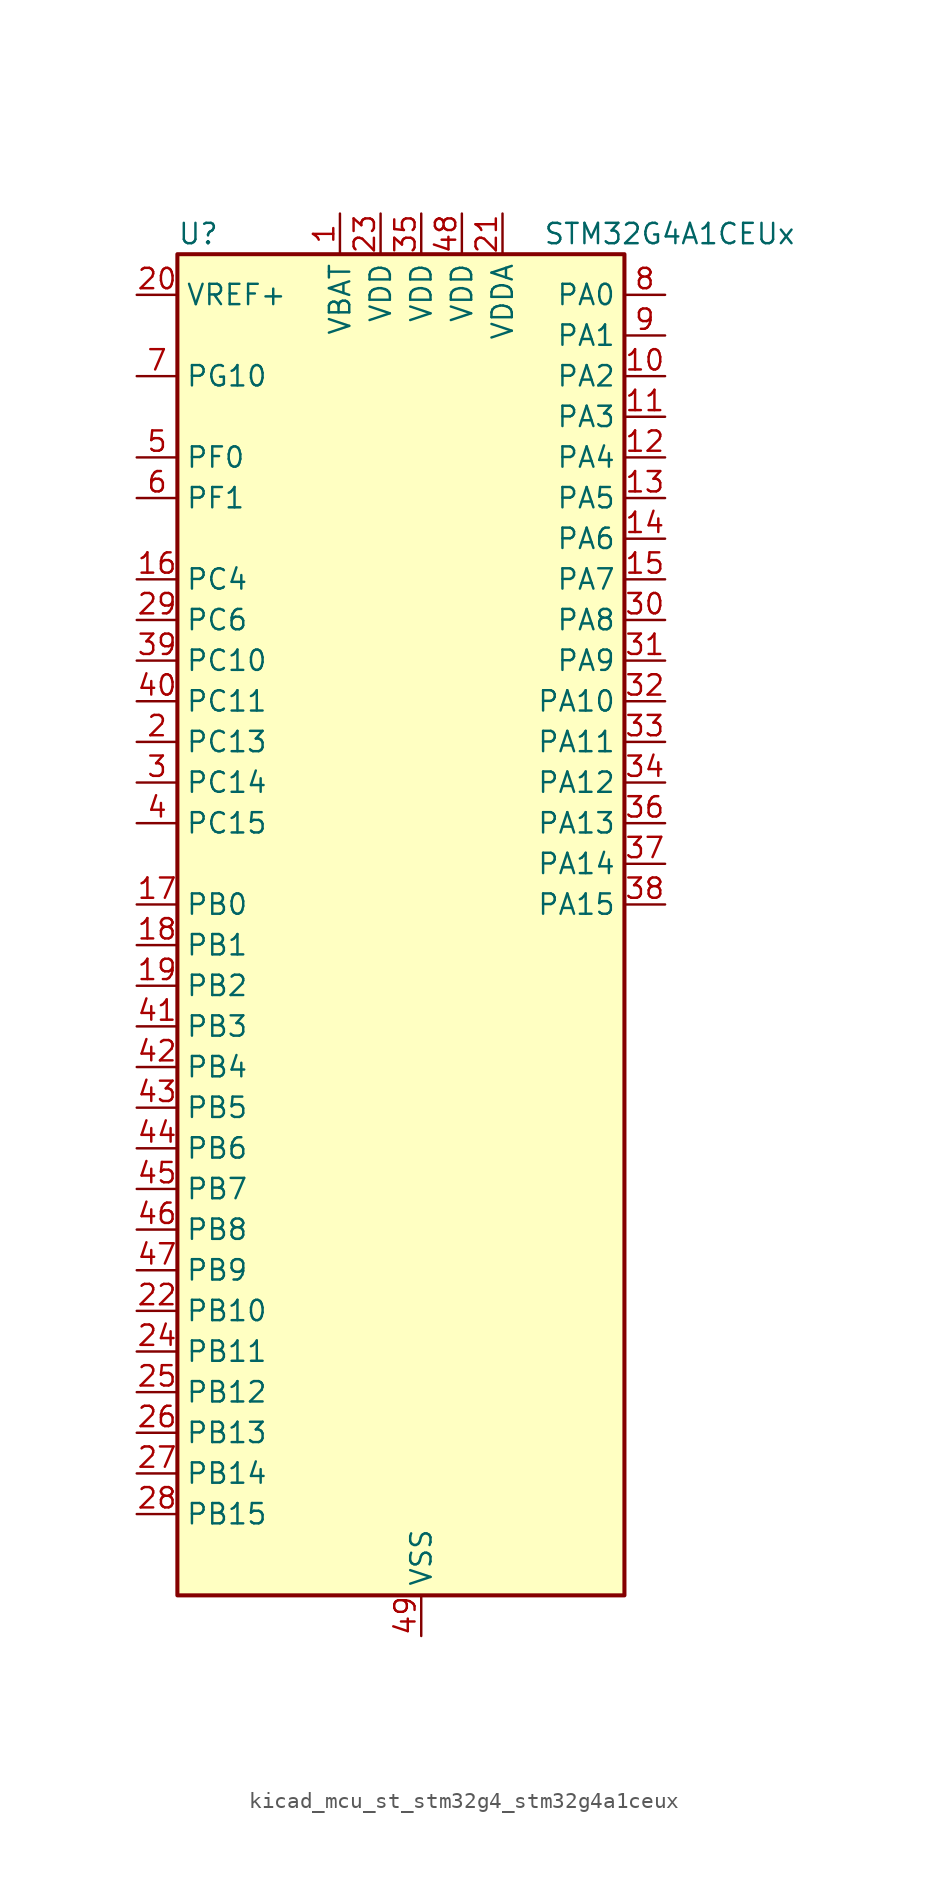
<source format=kicad_sym>
(kicad_symbol_lib
  (version 20220914)
  (generator kicad_symbol_editor)
  (symbol "kicad_mcu_st_stm32g4_stm32g4a1ceux"
    (property "Reference" "U"
      (at -12.7 44.45 0)
      (effects (font (size 1.27 1.27)) (justify left)))
    (property "Value" "STM32G4A1CEUx"
      (at 10.16 44.45 0)
      (effects (font (size 1.27 1.27)) (justify left)))
    (property "ki_locked" ""
      (at 0 0 0)
      (effects (font (size 1.27 1.27))))
    (symbol "kicad_mcu_st_stm32g4_stm32g4a1ceux_0_1"
      (rectangle (start -12.7 -40.64) (end 15.24 43.18) (stroke (width 0.254) (type default)) (fill (type background))))
    (symbol "kicad_mcu_st_stm32g4_stm32g4a1ceux_1_1"
      (pin power_in line (at -2.54 45.72 270) (length 2.54) (name "VBAT" (effects (font (size 1.27 1.27)))) (number "1" (effects (font (size 1.27 1.27)))))
      (pin bidirectional line (at 17.78 35.56 180) (length 2.54) (name "PA2" (effects (font (size 1.27 1.27)))) (number "10" (effects (font (size 1.27 1.27)))) (alternate "ADC1_IN3" bidirectional line) (alternate "ADC3_EXTI2" bidirectional line) (alternate "COMP2_INM" bidirectional line) (alternate "COMP2_OUT" bidirectional line) (alternate "LPUART1_TX" bidirectional line) (alternate "OPAMP1_VOUT" bidirectional line) (alternate "QUADSPI1_BK1_NCS" bidirectional line) (alternate "RCC_LSCO" bidirectional line) (alternate "SYS_WKUP4" bidirectional line) (alternate "TIM15_CH1" bidirectional line) (alternate "TIM2_CH3" bidirectional line) (alternate "UCPD1_FRSTX1" bidirectional line) (alternate "UCPD1_FRSTX2" bidirectional line) (alternate "USART2_TX" bidirectional line))
      (pin bidirectional line (at 17.78 33.02 180) (length 2.54) (name "PA3" (effects (font (size 1.27 1.27)))) (number "11" (effects (font (size 1.27 1.27)))) (alternate "ADC1_IN4" bidirectional line) (alternate "ADC3_EXTI3" bidirectional line) (alternate "COMP2_INP" bidirectional line) (alternate "LPUART1_RX" bidirectional line) (alternate "OPAMP1_VINM" bidirectional line) (alternate "OPAMP1_VINM0" bidirectional line) (alternate "OPAMP1_VINM_SEC" bidirectional line) (alternate "OPAMP1_VINP" bidirectional line) (alternate "OPAMP1_VINP_SEC" bidirectional line) (alternate "QUADSPI1_CLK" bidirectional line) (alternate "SAI1_CK1" bidirectional line) (alternate "SAI1_MCLK_A" bidirectional line) (alternate "TIM15_CH2" bidirectional line) (alternate "TIM2_CH4" bidirectional line) (alternate "USART2_RX" bidirectional line))
      (pin bidirectional line (at 17.78 30.48 180) (length 2.54) (name "PA4" (effects (font (size 1.27 1.27)))) (number "12" (effects (font (size 1.27 1.27)))) (alternate "ADC2_IN17" bidirectional line) (alternate "COMP1_INM" bidirectional line) (alternate "DAC1_OUT1" bidirectional line) (alternate "I2S3_WS" bidirectional line) (alternate "SAI1_FS_B" bidirectional line) (alternate "SPI1_NSS" bidirectional line) (alternate "SPI3_NSS" bidirectional line) (alternate "TIM3_CH2" bidirectional line) (alternate "USART2_CK" bidirectional line))
      (pin bidirectional line (at 17.78 27.94 180) (length 2.54) (name "PA5" (effects (font (size 1.27 1.27)))) (number "13" (effects (font (size 1.27 1.27)))) (alternate "ADC2_IN13" bidirectional line) (alternate "COMP2_INM" bidirectional line) (alternate "DAC1_OUT2" bidirectional line) (alternate "OPAMP2_VINM" bidirectional line) (alternate "OPAMP2_VINM0" bidirectional line) (alternate "OPAMP2_VINM_SEC" bidirectional line) (alternate "SPI1_SCK" bidirectional line) (alternate "TIM2_CH1" bidirectional line) (alternate "TIM2_ETR" bidirectional line) (alternate "UCPD1_FRSTX1" bidirectional line) (alternate "UCPD1_FRSTX2" bidirectional line))
      (pin bidirectional line (at 17.78 25.4 180) (length 2.54) (name "PA6" (effects (font (size 1.27 1.27)))) (number "14" (effects (font (size 1.27 1.27)))) (alternate "ADC2_IN3" bidirectional line) (alternate "COMP1_OUT" bidirectional line) (alternate "LPUART1_CTS" bidirectional line) (alternate "OPAMP2_VOUT" bidirectional line) (alternate "QUADSPI1_BK1_IO3" bidirectional line) (alternate "SPI1_MISO" bidirectional line) (alternate "TIM16_CH1" bidirectional line) (alternate "TIM1_BKIN" bidirectional line) (alternate "TIM3_CH1" bidirectional line) (alternate "TIM8_BKIN" bidirectional line))
      (pin bidirectional line (at 17.78 22.86 180) (length 2.54) (name "PA7" (effects (font (size 1.27 1.27)))) (number "15" (effects (font (size 1.27 1.27)))) (alternate "ADC2_IN4" bidirectional line) (alternate "COMP2_INP" bidirectional line) (alternate "COMP2_OUT" bidirectional line) (alternate "OPAMP1_VINP" bidirectional line) (alternate "OPAMP1_VINP_SEC" bidirectional line) (alternate "OPAMP2_VINP" bidirectional line) (alternate "OPAMP2_VINP_SEC" bidirectional line) (alternate "QUADSPI1_BK1_IO2" bidirectional line) (alternate "SPI1_MOSI" bidirectional line) (alternate "TIM17_CH1" bidirectional line) (alternate "TIM1_CH1N" bidirectional line) (alternate "TIM3_CH2" bidirectional line) (alternate "TIM8_CH1N" bidirectional line) (alternate "UCPD1_FRSTX1" bidirectional line) (alternate "UCPD1_FRSTX2" bidirectional line))
      (pin bidirectional line (at -15.24 22.86 0) (length 2.54) (name "PC4" (effects (font (size 1.27 1.27)))) (number "16" (effects (font (size 1.27 1.27)))) (alternate "ADC2_IN5" bidirectional line) (alternate "I2C2_SCL" bidirectional line) (alternate "QUADSPI1_BK2_IO3" bidirectional line) (alternate "TIM1_ETR" bidirectional line) (alternate "USART1_TX" bidirectional line))
      (pin bidirectional line (at -15.24 2.54 0) (length 2.54) (name "PB0" (effects (font (size 1.27 1.27)))) (number "17" (effects (font (size 1.27 1.27)))) (alternate "ADC1_IN15" bidirectional line) (alternate "ADC3_IN12" bidirectional line) (alternate "COMP4_INP" bidirectional line) (alternate "OPAMP2_VINP" bidirectional line) (alternate "OPAMP2_VINP_SEC" bidirectional line) (alternate "OPAMP3_VINP" bidirectional line) (alternate "OPAMP3_VINP_SEC" bidirectional line) (alternate "QUADSPI1_BK1_IO1" bidirectional line) (alternate "TIM1_CH2N" bidirectional line) (alternate "TIM3_CH3" bidirectional line) (alternate "TIM8_CH2N" bidirectional line) (alternate "UCPD1_FRSTX1" bidirectional line) (alternate "UCPD1_FRSTX2" bidirectional line))
      (pin bidirectional line (at -15.24 0 0) (length 2.54) (name "PB1" (effects (font (size 1.27 1.27)))) (number "18" (effects (font (size 1.27 1.27)))) (alternate "ADC1_IN12" bidirectional line) (alternate "ADC3_IN1" bidirectional line) (alternate "COMP1_INP" bidirectional line) (alternate "COMP4_OUT" bidirectional line) (alternate "LPUART1_DE" bidirectional line) (alternate "LPUART1_RTS" bidirectional line) (alternate "OPAMP3_VOUT" bidirectional line) (alternate "OPAMP6_VINM" bidirectional line) (alternate "OPAMP6_VINM1" bidirectional line) (alternate "OPAMP6_VINM_SEC" bidirectional line) (alternate "QUADSPI1_BK1_IO0" bidirectional line) (alternate "TIM1_CH3N" bidirectional line) (alternate "TIM3_CH4" bidirectional line) (alternate "TIM8_CH3N" bidirectional line))
      (pin bidirectional line (at -15.24 -2.54 0) (length 2.54) (name "PB2" (effects (font (size 1.27 1.27)))) (number "19" (effects (font (size 1.27 1.27)))) (alternate "ADC2_IN12" bidirectional line) (alternate "ADC3_EXTI2" bidirectional line) (alternate "COMP4_INM" bidirectional line) (alternate "I2C3_SMBA" bidirectional line) (alternate "LPTIM1_OUT" bidirectional line) (alternate "OPAMP3_VINM" bidirectional line) (alternate "OPAMP3_VINM0" bidirectional line) (alternate "OPAMP3_VINM_SEC" bidirectional line) (alternate "QUADSPI1_BK2_IO1" bidirectional line) (alternate "RTC_OUT2" bidirectional line) (alternate "TIM20_CH1" bidirectional line))
      (pin bidirectional line (at -15.24 12.7 0) (length 2.54) (name "PC13" (effects (font (size 1.27 1.27)))) (number "2" (effects (font (size 1.27 1.27)))) (alternate "RTC_OUT1" bidirectional line) (alternate "RTC_TAMP1" bidirectional line) (alternate "RTC_TS" bidirectional line) (alternate "SYS_WKUP2" bidirectional line) (alternate "TIM1_BKIN" bidirectional line) (alternate "TIM1_CH1N" bidirectional line) (alternate "TIM8_CH4N" bidirectional line))
      (pin input line (at -15.24 40.64 0) (length 2.54) (name "VREF+" (effects (font (size 1.27 1.27)))) (number "20" (effects (font (size 1.27 1.27)))) (alternate "VREFBUF_OUT" bidirectional line))
      (pin power_in line (at 7.62 45.72 270) (length 2.54) (name "VDDA" (effects (font (size 1.27 1.27)))) (number "21" (effects (font (size 1.27 1.27)))))
      (pin bidirectional line (at -15.24 -22.86 0) (length 2.54) (name "PB10" (effects (font (size 1.27 1.27)))) (number "22" (effects (font (size 1.27 1.27)))) (alternate "DAC1_EXTI10" bidirectional line) (alternate "DAC3_EXTI10" bidirectional line) (alternate "LPUART1_RX" bidirectional line) (alternate "OPAMP3_VINM" bidirectional line) (alternate "OPAMP3_VINM1" bidirectional line) (alternate "OPAMP3_VINM_SEC" bidirectional line) (alternate "QUADSPI1_CLK" bidirectional line) (alternate "SAI1_SCK_A" bidirectional line) (alternate "TIM1_BKIN" bidirectional line) (alternate "TIM2_CH3" bidirectional line) (alternate "USART3_TX" bidirectional line))
      (pin power_in line (at 0 45.72 270) (length 2.54) (name "VDD" (effects (font (size 1.27 1.27)))) (number "23" (effects (font (size 1.27 1.27)))))
      (pin bidirectional line (at -15.24 -25.4 0) (length 2.54) (name "PB11" (effects (font (size 1.27 1.27)))) (number "24" (effects (font (size 1.27 1.27)))) (alternate "ADC1_EXTI11" bidirectional line) (alternate "ADC1_IN14" bidirectional line) (alternate "ADC2_EXTI11" bidirectional line) (alternate "ADC2_IN14" bidirectional line) (alternate "LPUART1_TX" bidirectional line) (alternate "OPAMP6_VOUT" bidirectional line) (alternate "QUADSPI1_BK1_NCS" bidirectional line) (alternate "TIM2_CH4" bidirectional line) (alternate "USART3_RX" bidirectional line))
      (pin bidirectional line (at -15.24 -27.94 0) (length 2.54) (name "PB12" (effects (font (size 1.27 1.27)))) (number "25" (effects (font (size 1.27 1.27)))) (alternate "ADC1_IN11" bidirectional line) (alternate "FDCAN2_RX" bidirectional line) (alternate "I2C2_SMBA" bidirectional line) (alternate "I2S2_WS" bidirectional line) (alternate "LPUART1_DE" bidirectional line) (alternate "LPUART1_RTS" bidirectional line) (alternate "OPAMP6_VINP" bidirectional line) (alternate "OPAMP6_VINP_SEC" bidirectional line) (alternate "SPI2_NSS" bidirectional line) (alternate "TIM1_BKIN" bidirectional line) (alternate "USART3_CK" bidirectional line))
      (pin bidirectional line (at -15.24 -30.48 0) (length 2.54) (name "PB13" (effects (font (size 1.27 1.27)))) (number "26" (effects (font (size 1.27 1.27)))) (alternate "ADC3_IN5" bidirectional line) (alternate "FDCAN2_TX" bidirectional line) (alternate "I2S2_CK" bidirectional line) (alternate "LPUART1_CTS" bidirectional line) (alternate "OPAMP3_VINP" bidirectional line) (alternate "OPAMP3_VINP_SEC" bidirectional line) (alternate "OPAMP6_VINP" bidirectional line) (alternate "OPAMP6_VINP_SEC" bidirectional line) (alternate "SPI2_SCK" bidirectional line) (alternate "TIM1_CH1N" bidirectional line) (alternate "USART3_CTS" bidirectional line) (alternate "USART3_NSS" bidirectional line))
      (pin bidirectional line (at -15.24 -33.02 0) (length 2.54) (name "PB14" (effects (font (size 1.27 1.27)))) (number "27" (effects (font (size 1.27 1.27)))) (alternate "ADC1_IN5" bidirectional line) (alternate "COMP4_OUT" bidirectional line) (alternate "OPAMP2_VINP" bidirectional line) (alternate "OPAMP2_VINP_SEC" bidirectional line) (alternate "SPI2_MISO" bidirectional line) (alternate "TIM15_CH1" bidirectional line) (alternate "TIM1_CH2N" bidirectional line) (alternate "USART3_DE" bidirectional line) (alternate "USART3_RTS" bidirectional line))
      (pin bidirectional line (at -15.24 -35.56 0) (length 2.54) (name "PB15" (effects (font (size 1.27 1.27)))) (number "28" (effects (font (size 1.27 1.27)))) (alternate "ADC1_EXTI15" bidirectional line) (alternate "ADC2_EXTI15" bidirectional line) (alternate "ADC2_IN15" bidirectional line) (alternate "COMP3_OUT" bidirectional line) (alternate "I2S2_SD" bidirectional line) (alternate "RTC_REFIN" bidirectional line) (alternate "SPI2_MOSI" bidirectional line) (alternate "TIM15_CH1N" bidirectional line) (alternate "TIM15_CH2" bidirectional line) (alternate "TIM1_CH3N" bidirectional line))
      (pin bidirectional line (at -15.24 20.32 0) (length 2.54) (name "PC6" (effects (font (size 1.27 1.27)))) (number "29" (effects (font (size 1.27 1.27)))) (alternate "I2S2_MCK" bidirectional line) (alternate "TIM3_CH1" bidirectional line) (alternate "TIM8_CH1" bidirectional line))
      (pin bidirectional line (at -15.24 10.16 0) (length 2.54) (name "PC14" (effects (font (size 1.27 1.27)))) (number "3" (effects (font (size 1.27 1.27)))) (alternate "RCC_OSC32_IN" bidirectional line))
      (pin bidirectional line (at 17.78 20.32 180) (length 2.54) (name "PA8" (effects (font (size 1.27 1.27)))) (number "30" (effects (font (size 1.27 1.27)))) (alternate "I2C2_SDA" bidirectional line) (alternate "I2C3_SCL" bidirectional line) (alternate "I2S2_MCK" bidirectional line) (alternate "RCC_MCO" bidirectional line) (alternate "SAI1_CK2" bidirectional line) (alternate "SAI1_SCK_A" bidirectional line) (alternate "TIM1_CH1" bidirectional line) (alternate "TIM4_ETR" bidirectional line) (alternate "USART1_CK" bidirectional line))
      (pin bidirectional line (at 17.78 17.78 180) (length 2.54) (name "PA9" (effects (font (size 1.27 1.27)))) (number "31" (effects (font (size 1.27 1.27)))) (alternate "DAC1_EXTI9" bidirectional line) (alternate "DAC3_EXTI9" bidirectional line) (alternate "I2C2_SCL" bidirectional line) (alternate "I2C3_SMBA" bidirectional line) (alternate "I2S3_MCK" bidirectional line) (alternate "SAI1_FS_A" bidirectional line) (alternate "TIM15_BKIN" bidirectional line) (alternate "TIM1_CH2" bidirectional line) (alternate "TIM2_CH3" bidirectional line) (alternate "UCPD1_DBCC1" bidirectional line) (alternate "USART1_TX" bidirectional line))
      (pin bidirectional line (at 17.78 15.24 180) (length 2.54) (name "PA10" (effects (font (size 1.27 1.27)))) (number "32" (effects (font (size 1.27 1.27)))) (alternate "CRS_SYNC" bidirectional line) (alternate "DAC1_EXTI10" bidirectional line) (alternate "DAC3_EXTI10" bidirectional line) (alternate "I2C2_SMBA" bidirectional line) (alternate "SAI1_D1" bidirectional line) (alternate "SAI1_SD_A" bidirectional line) (alternate "SPI2_MISO" bidirectional line) (alternate "TIM17_BKIN" bidirectional line) (alternate "TIM1_CH3" bidirectional line) (alternate "TIM2_CH4" bidirectional line) (alternate "TIM8_BKIN" bidirectional line) (alternate "UCPD1_DBCC2" bidirectional line) (alternate "USART1_RX" bidirectional line))
      (pin bidirectional line (at 17.78 12.7 180) (length 2.54) (name "PA11" (effects (font (size 1.27 1.27)))) (number "33" (effects (font (size 1.27 1.27)))) (alternate "ADC1_EXTI11" bidirectional line) (alternate "ADC2_EXTI11" bidirectional line) (alternate "COMP1_OUT" bidirectional line) (alternate "FDCAN1_RX" bidirectional line) (alternate "I2S2_SD" bidirectional line) (alternate "SPI2_MOSI" bidirectional line) (alternate "TIM1_BKIN2" bidirectional line) (alternate "TIM1_CH1N" bidirectional line) (alternate "TIM1_CH4" bidirectional line) (alternate "TIM4_CH1" bidirectional line) (alternate "USART1_CTS" bidirectional line) (alternate "USART1_NSS" bidirectional line) (alternate "USB_DM" bidirectional line))
      (pin bidirectional line (at 17.78 10.16 180) (length 2.54) (name "PA12" (effects (font (size 1.27 1.27)))) (number "34" (effects (font (size 1.27 1.27)))) (alternate "COMP2_OUT" bidirectional line) (alternate "FDCAN1_TX" bidirectional line) (alternate "I2S_CKIN" bidirectional line) (alternate "TIM16_CH1" bidirectional line) (alternate "TIM1_CH2N" bidirectional line) (alternate "TIM1_ETR" bidirectional line) (alternate "TIM4_CH2" bidirectional line) (alternate "USART1_DE" bidirectional line) (alternate "USART1_RTS" bidirectional line) (alternate "USB_DP" bidirectional line))
      (pin power_in line (at 2.54 45.72 270) (length 2.54) (name "VDD" (effects (font (size 1.27 1.27)))) (number "35" (effects (font (size 1.27 1.27)))))
      (pin bidirectional line (at 17.78 7.62 180) (length 2.54) (name "PA13" (effects (font (size 1.27 1.27)))) (number "36" (effects (font (size 1.27 1.27)))) (alternate "I2C1_SCL" bidirectional line) (alternate "IR_OUT" bidirectional line) (alternate "SAI1_SD_B" bidirectional line) (alternate "SYS_JTMS-SWDIO" bidirectional line) (alternate "TIM16_CH1N" bidirectional line) (alternate "TIM4_CH3" bidirectional line) (alternate "USART3_CTS" bidirectional line) (alternate "USART3_NSS" bidirectional line))
      (pin bidirectional line (at 17.78 5.08 180) (length 2.54) (name "PA14" (effects (font (size 1.27 1.27)))) (number "37" (effects (font (size 1.27 1.27)))) (alternate "I2C1_SDA" bidirectional line) (alternate "LPTIM1_OUT" bidirectional line) (alternate "SAI1_FS_B" bidirectional line) (alternate "SYS_JTCK-SWCLK" bidirectional line) (alternate "TIM1_BKIN" bidirectional line) (alternate "TIM8_CH2" bidirectional line) (alternate "USART2_TX" bidirectional line))
      (pin bidirectional line (at 17.78 2.54 180) (length 2.54) (name "PA15" (effects (font (size 1.27 1.27)))) (number "38" (effects (font (size 1.27 1.27)))) (alternate "ADC1_EXTI15" bidirectional line) (alternate "ADC2_EXTI15" bidirectional line) (alternate "I2C1_SCL" bidirectional line) (alternate "I2S3_WS" bidirectional line) (alternate "SPI1_NSS" bidirectional line) (alternate "SPI3_NSS" bidirectional line) (alternate "SYS_JTDI" bidirectional line) (alternate "TIM1_BKIN" bidirectional line) (alternate "TIM20_ETR" bidirectional line) (alternate "TIM2_CH1" bidirectional line) (alternate "TIM2_ETR" bidirectional line) (alternate "TIM8_CH1" bidirectional line) (alternate "USART2_RX" bidirectional line))
      (pin bidirectional line (at -15.24 17.78 0) (length 2.54) (name "PC10" (effects (font (size 1.27 1.27)))) (number "39" (effects (font (size 1.27 1.27)))) (alternate "DAC1_EXTI10" bidirectional line) (alternate "DAC3_EXTI10" bidirectional line) (alternate "I2S3_CK" bidirectional line) (alternate "SPI3_SCK" bidirectional line) (alternate "TIM8_CH1N" bidirectional line) (alternate "USART3_TX" bidirectional line))
      (pin bidirectional line (at -15.24 7.62 0) (length 2.54) (name "PC15" (effects (font (size 1.27 1.27)))) (number "4" (effects (font (size 1.27 1.27)))) (alternate "ADC1_EXTI15" bidirectional line) (alternate "ADC2_EXTI15" bidirectional line) (alternate "RCC_OSC32_OUT" bidirectional line))
      (pin bidirectional line (at -15.24 15.24 0) (length 2.54) (name "PC11" (effects (font (size 1.27 1.27)))) (number "40" (effects (font (size 1.27 1.27)))) (alternate "ADC1_EXTI11" bidirectional line) (alternate "ADC2_EXTI11" bidirectional line) (alternate "I2C3_SDA" bidirectional line) (alternate "SPI3_MISO" bidirectional line) (alternate "TIM8_CH2N" bidirectional line) (alternate "USART3_RX" bidirectional line))
      (pin bidirectional line (at -15.24 -5.08 0) (length 2.54) (name "PB3" (effects (font (size 1.27 1.27)))) (number "41" (effects (font (size 1.27 1.27)))) (alternate "ADC3_EXTI3" bidirectional line) (alternate "CRS_SYNC" bidirectional line) (alternate "I2S3_CK" bidirectional line) (alternate "SAI1_SCK_B" bidirectional line) (alternate "SPI1_SCK" bidirectional line) (alternate "SPI3_SCK" bidirectional line) (alternate "SYS_JTDO-SWO" bidirectional line) (alternate "TIM2_CH2" bidirectional line) (alternate "TIM3_ETR" bidirectional line) (alternate "TIM4_ETR" bidirectional line) (alternate "TIM8_CH1N" bidirectional line) (alternate "USART2_TX" bidirectional line))
      (pin bidirectional line (at -15.24 -7.62 0) (length 2.54) (name "PB4" (effects (font (size 1.27 1.27)))) (number "42" (effects (font (size 1.27 1.27)))) (alternate "SAI1_MCLK_B" bidirectional line) (alternate "SPI1_MISO" bidirectional line) (alternate "SPI3_MISO" bidirectional line) (alternate "SYS_JTRST" bidirectional line) (alternate "TIM16_CH1" bidirectional line) (alternate "TIM17_BKIN" bidirectional line) (alternate "TIM3_CH1" bidirectional line) (alternate "TIM8_CH2N" bidirectional line) (alternate "UCPD1_CC2" bidirectional line) (alternate "USART2_RX" bidirectional line))
      (pin bidirectional line (at -15.24 -10.16 0) (length 2.54) (name "PB5" (effects (font (size 1.27 1.27)))) (number "43" (effects (font (size 1.27 1.27)))) (alternate "FDCAN2_RX" bidirectional line) (alternate "I2C1_SMBA" bidirectional line) (alternate "I2C3_SDA" bidirectional line) (alternate "I2S3_SD" bidirectional line) (alternate "LPTIM1_IN1" bidirectional line) (alternate "SAI1_SD_B" bidirectional line) (alternate "SPI1_MOSI" bidirectional line) (alternate "SPI3_MOSI" bidirectional line) (alternate "TIM16_BKIN" bidirectional line) (alternate "TIM17_CH1" bidirectional line) (alternate "TIM3_CH2" bidirectional line) (alternate "TIM8_CH3N" bidirectional line) (alternate "USART2_CK" bidirectional line))
      (pin bidirectional line (at -15.24 -12.7 0) (length 2.54) (name "PB6" (effects (font (size 1.27 1.27)))) (number "44" (effects (font (size 1.27 1.27)))) (alternate "COMP4_OUT" bidirectional line) (alternate "FDCAN2_TX" bidirectional line) (alternate "LPTIM1_ETR" bidirectional line) (alternate "SAI1_FS_B" bidirectional line) (alternate "TIM16_CH1N" bidirectional line) (alternate "TIM4_CH1" bidirectional line) (alternate "TIM8_BKIN2" bidirectional line) (alternate "TIM8_CH1" bidirectional line) (alternate "TIM8_ETR" bidirectional line) (alternate "UCPD1_CC1" bidirectional line) (alternate "USART1_TX" bidirectional line))
      (pin bidirectional line (at -15.24 -15.24 0) (length 2.54) (name "PB7" (effects (font (size 1.27 1.27)))) (number "45" (effects (font (size 1.27 1.27)))) (alternate "COMP3_OUT" bidirectional line) (alternate "I2C1_SDA" bidirectional line) (alternate "LPTIM1_IN2" bidirectional line) (alternate "SYS_PVD_IN" bidirectional line) (alternate "TIM17_CH1N" bidirectional line) (alternate "TIM3_CH4" bidirectional line) (alternate "TIM4_CH2" bidirectional line) (alternate "TIM8_BKIN" bidirectional line) (alternate "USART1_RX" bidirectional line))
      (pin bidirectional line (at -15.24 -17.78 0) (length 2.54) (name "PB8" (effects (font (size 1.27 1.27)))) (number "46" (effects (font (size 1.27 1.27)))) (alternate "COMP1_OUT" bidirectional line) (alternate "FDCAN1_RX" bidirectional line) (alternate "I2C1_SCL" bidirectional line) (alternate "SAI1_CK1" bidirectional line) (alternate "SAI1_MCLK_A" bidirectional line) (alternate "TIM16_CH1" bidirectional line) (alternate "TIM1_BKIN" bidirectional line) (alternate "TIM4_CH3" bidirectional line) (alternate "TIM8_CH2" bidirectional line) (alternate "USART3_RX" bidirectional line))
      (pin bidirectional line (at -15.24 -20.32 0) (length 2.54) (name "PB9" (effects (font (size 1.27 1.27)))) (number "47" (effects (font (size 1.27 1.27)))) (alternate "COMP2_OUT" bidirectional line) (alternate "DAC1_EXTI9" bidirectional line) (alternate "DAC3_EXTI9" bidirectional line) (alternate "FDCAN1_TX" bidirectional line) (alternate "I2C1_SDA" bidirectional line) (alternate "IR_OUT" bidirectional line) (alternate "SAI1_D2" bidirectional line) (alternate "SAI1_FS_A" bidirectional line) (alternate "TIM17_CH1" bidirectional line) (alternate "TIM1_CH3N" bidirectional line) (alternate "TIM4_CH4" bidirectional line) (alternate "TIM8_CH3" bidirectional line) (alternate "USART3_TX" bidirectional line))
      (pin power_in line (at 5.08 45.72 270) (length 2.54) (name "VDD" (effects (font (size 1.27 1.27)))) (number "48" (effects (font (size 1.27 1.27)))))
      (pin power_in line (at 2.54 -43.18 90) (length 2.54) (name "VSS" (effects (font (size 1.27 1.27)))) (number "49" (effects (font (size 1.27 1.27)))))
      (pin bidirectional line (at -15.24 30.48 0) (length 2.54) (name "PF0" (effects (font (size 1.27 1.27)))) (number "5" (effects (font (size 1.27 1.27)))) (alternate "ADC1_IN10" bidirectional line) (alternate "I2C2_SDA" bidirectional line) (alternate "I2S2_WS" bidirectional line) (alternate "RCC_OSC_IN" bidirectional line) (alternate "SPI2_NSS" bidirectional line) (alternate "TIM1_CH3N" bidirectional line))
      (pin bidirectional line (at -15.24 27.94 0) (length 2.54) (name "PF1" (effects (font (size 1.27 1.27)))) (number "6" (effects (font (size 1.27 1.27)))) (alternate "ADC2_IN10" bidirectional line) (alternate "COMP3_INM" bidirectional line) (alternate "I2S2_CK" bidirectional line) (alternate "RCC_OSC_OUT" bidirectional line) (alternate "SPI2_SCK" bidirectional line))
      (pin bidirectional line (at -15.24 35.56 0) (length 2.54) (name "PG10" (effects (font (size 1.27 1.27)))) (number "7" (effects (font (size 1.27 1.27)))) (alternate "DAC1_EXTI10" bidirectional line) (alternate "DAC3_EXTI10" bidirectional line) (alternate "RCC_MCO" bidirectional line))
      (pin bidirectional line (at 17.78 40.64 180) (length 2.54) (name "PA0" (effects (font (size 1.27 1.27)))) (number "8" (effects (font (size 1.27 1.27)))) (alternate "ADC1_IN1" bidirectional line) (alternate "ADC2_IN1" bidirectional line) (alternate "COMP1_INM" bidirectional line) (alternate "COMP1_OUT" bidirectional line) (alternate "COMP3_INP" bidirectional line) (alternate "RTC_TAMP2" bidirectional line) (alternate "SYS_WKUP1" bidirectional line) (alternate "TIM2_CH1" bidirectional line) (alternate "TIM2_ETR" bidirectional line) (alternate "TIM8_BKIN" bidirectional line) (alternate "TIM8_ETR" bidirectional line) (alternate "USART2_CTS" bidirectional line) (alternate "USART2_NSS" bidirectional line))
      (pin bidirectional line (at 17.78 38.1 180) (length 2.54) (name "PA1" (effects (font (size 1.27 1.27)))) (number "9" (effects (font (size 1.27 1.27)))) (alternate "ADC1_IN2" bidirectional line) (alternate "ADC2_IN2" bidirectional line) (alternate "COMP1_INP" bidirectional line) (alternate "OPAMP1_VINP" bidirectional line) (alternate "OPAMP1_VINP_SEC" bidirectional line) (alternate "OPAMP3_VINP" bidirectional line) (alternate "OPAMP3_VINP_SEC" bidirectional line) (alternate "OPAMP6_VINM" bidirectional line) (alternate "OPAMP6_VINM0" bidirectional line) (alternate "OPAMP6_VINM_SEC" bidirectional line) (alternate "RTC_REFIN" bidirectional line) (alternate "TIM15_CH1N" bidirectional line) (alternate "TIM2_CH2" bidirectional line) (alternate "USART2_DE" bidirectional line) (alternate "USART2_RTS" bidirectional line)))))
</source>
